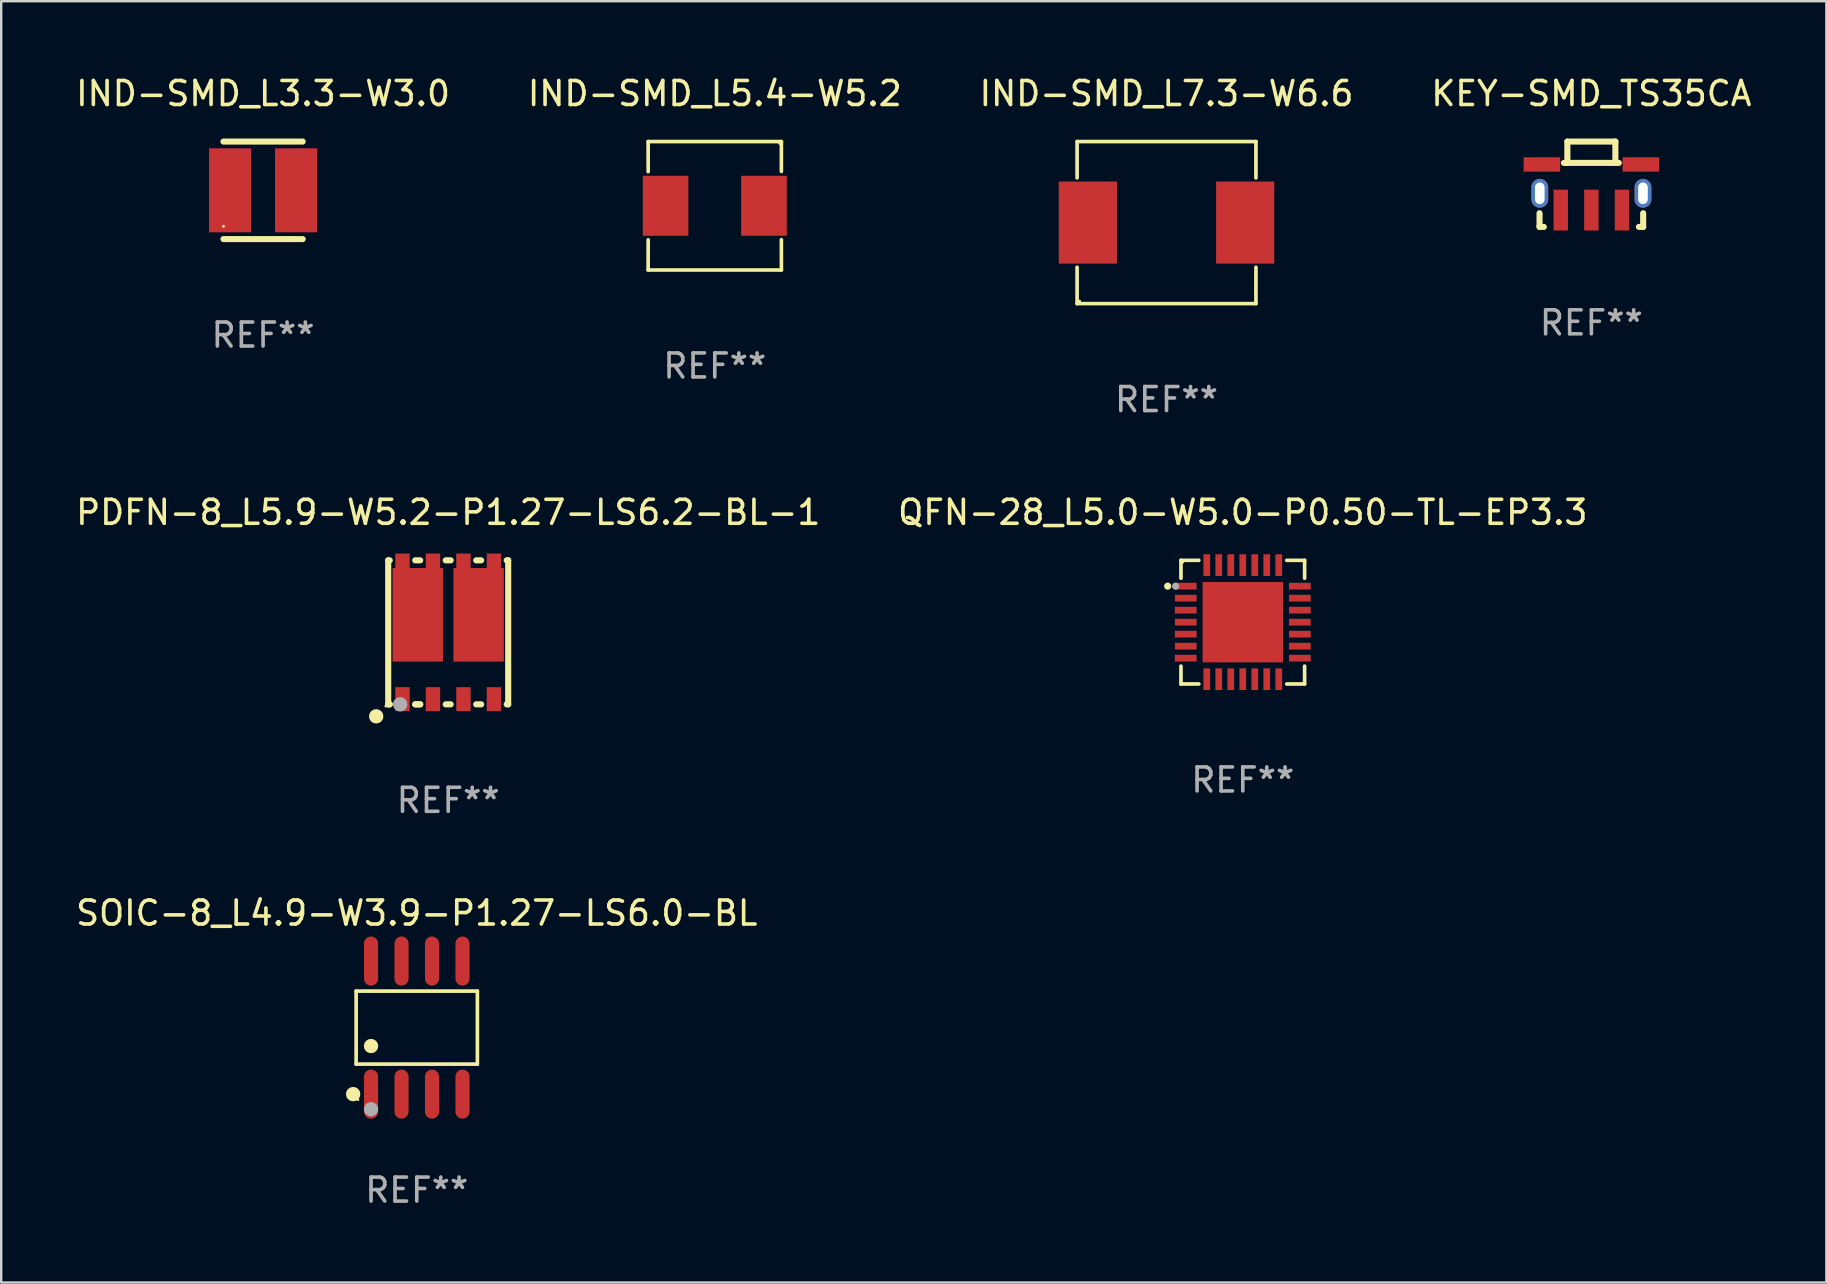
<source format=kicad_pcb>
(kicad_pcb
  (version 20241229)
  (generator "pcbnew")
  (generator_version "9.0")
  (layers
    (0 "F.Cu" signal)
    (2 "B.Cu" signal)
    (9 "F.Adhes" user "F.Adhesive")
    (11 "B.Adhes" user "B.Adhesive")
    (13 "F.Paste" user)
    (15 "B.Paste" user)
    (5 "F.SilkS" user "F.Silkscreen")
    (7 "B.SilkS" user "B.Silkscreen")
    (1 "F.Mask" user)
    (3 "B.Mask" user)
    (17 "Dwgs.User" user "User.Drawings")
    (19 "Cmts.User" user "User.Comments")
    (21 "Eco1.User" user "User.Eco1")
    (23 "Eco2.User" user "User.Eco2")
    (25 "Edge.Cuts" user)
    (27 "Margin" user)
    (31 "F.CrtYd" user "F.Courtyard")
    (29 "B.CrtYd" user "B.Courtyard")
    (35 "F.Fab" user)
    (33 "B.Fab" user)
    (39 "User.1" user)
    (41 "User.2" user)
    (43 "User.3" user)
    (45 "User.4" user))
  (footprint "SOIC-8_L4.9-W3.9-P1.27-LS6.0-BL"
    (layer "F.Cu")
    (at 14.315 39.766)
    (property "Reference" "SOIC-8_L4.9-W3.9-P1.27-LS6.0-BL" (at 0 -4.772 0) (layer "F.SilkS") (effects (font (size 1 1) (thickness 0.15))))
    (attr smd)
    (fp_line (start -2.526 -1.521) (end 2.526 -1.521) (stroke (width 0.152) (type solid)) (layer "F.SilkS"))
    (fp_line (start -2.526 1.521) (end -2.526 -1.521) (stroke (width 0.152) (type solid)) (layer "F.SilkS"))
    (fp_line (start 2.526 -1.521) (end 2.526 1.521) (stroke (width 0.152) (type solid)) (layer "F.SilkS"))
    (fp_line (start 2.526 1.521) (end -2.526 1.521) (stroke (width 0.152) (type solid)) (layer "F.SilkS"))
    (fp_circle (center -2.652 2.772) (end -2.501 2.772) (stroke (width 0.3) (type solid)) (fill no) (layer "F.SilkS"))
    (fp_circle (center -2.45 3) (end -2.42 3) (stroke (width 0.06) (type solid)) (fill no) (layer "F.SilkS"))
    (fp_circle (center -1.905 0.769) (end -1.755 0.769) (stroke (width 0.3) (type solid)) (fill no) (layer "F.SilkS"))
    (fp_circle (center -1.905 3.4) (end -1.755 3.4) (stroke (width 0.3) (type solid)) (fill no) (layer "F.Fab"))
    (fp_text user "REF**" (at 0 6.772 0) (layer "F.Fab") (effects (font (size 1 1) (thickness 0.15))))
    (pad "1" smd oval (at -1.905 2.772) (size 0.588 2.045) (layers "F.Cu" "F.Mask" "F.Paste"))
    (pad "2" smd oval (at -0.635 2.772) (size 0.588 2.045) (layers "F.Cu" "F.Mask" "F.Paste"))
    (pad "3" smd oval (at 0.635 2.772) (size 0.588 2.045) (layers "F.Cu" "F.Mask" "F.Paste"))
    (pad "4" smd oval (at 1.905 2.772) (size 0.588 2.045) (layers "F.Cu" "F.Mask" "F.Paste"))
    (pad "5" smd oval (at 1.905 -2.772) (size 0.588 2.045) (layers "F.Cu" "F.Mask" "F.Paste"))
    (pad "6" smd oval (at 0.635 -2.772) (size 0.588 2.045) (layers "F.Cu" "F.Mask" "F.Paste"))
    (pad "7" smd oval (at -0.635 -2.772) (size 0.588 2.045) (layers "F.Cu" "F.Mask" "F.Paste"))
    (pad "8" smd oval (at -1.905 -2.772) (size 0.588 2.045) (layers "F.Cu" "F.Mask" "F.Paste")))
  (footprint "PDFN-8_L5.9-W5.2-P1.27-LS6.2-BL-1"
    (layer "F.Cu")
    (at 15.625 23.297)
    (property "Reference" "PDFN-8_L5.9-W5.2-P1.27-LS6.2-BL-1" (at 0 -5 0) (layer "F.SilkS") (effects (font (size 1 1) (thickness 0.15))))
    (attr smd)
    (fp_line (start -2.5 -3) (end -2.436 -3) (stroke (width 0.254) (type solid)) (layer "F.SilkS"))
    (fp_line (start -2.5 3) (end -2.5 -3) (stroke (width 0.254) (type solid)) (layer "F.SilkS"))
    (fp_line (start -2.436 3) (end -2.5 3) (stroke (width 0.254) (type solid)) (layer "F.SilkS"))
    (fp_line (start -2.436 3) (end -2.5 3) (stroke (width 0.254) (type solid)) (layer "F.SilkS"))
    (fp_line (start -1.374 -3) (end -1.166 -3) (stroke (width 0.254) (type solid)) (layer "F.SilkS"))
    (fp_line (start -1.166 3) (end -1.374 3) (stroke (width 0.254) (type solid)) (layer "F.SilkS"))
    (fp_line (start -1.166 3) (end -1.374 3) (stroke (width 0.254) (type solid)) (layer "F.SilkS"))
    (fp_line (start -0.104 -3) (end 0.104 -3) (stroke (width 0.254) (type solid)) (layer "F.SilkS"))
    (fp_line (start 0.104 3) (end -0.104 3) (stroke (width 0.254) (type solid)) (layer "F.SilkS"))
    (fp_line (start 1.166 -3) (end 1.374 -3) (stroke (width 0.254) (type solid)) (layer "F.SilkS"))
    (fp_line (start 1.374 3) (end 1.166 3) (stroke (width 0.254) (type solid)) (layer "F.SilkS"))
    (fp_line (start 2.436 -3) (end 2.5 -3) (stroke (width 0.254) (type solid)) (layer "F.SilkS"))
    (fp_line (start 2.5 -3) (end 2.5 3) (stroke (width 0.254) (type solid)) (layer "F.SilkS"))
    (fp_line (start 2.5 3) (end 2.436 3) (stroke (width 0.254) (type solid)) (layer "F.SilkS"))
    (fp_circle (center -3 3.5) (end -2.85 3.5) (stroke (width 0.3) (type solid)) (fill no) (layer "F.SilkS"))
    (fp_circle (center -2.6 3.075) (end -2.57 3.075) (stroke (width 0.06) (type solid)) (fill no) (layer "F.SilkS"))
    (fp_circle (center -2 3) (end -1.849 3) (stroke (width 0.3) (type solid)) (fill no) (layer "F.Fab"))
    (fp_text user "REF**" (at 0 7 0) (layer "F.Fab") (effects (font (size 1 1) (thickness 0.15))))
    (pad "1" smd rect (at -1.905 2.784) (size 0.6 1) (layers "F.Cu" "F.Mask" "F.Paste"))
    (pad "2" smd rect (at -0.635 2.784) (size 0.6 1) (layers "F.Cu" "F.Mask" "F.Paste"))
    (pad "3" smd rect (at 0.635 2.784) (size 0.6 1) (layers "F.Cu" "F.Mask" "F.Paste"))
    (pad "4" smd rect (at 1.905 2.784) (size 0.6 1) (layers "F.Cu" "F.Mask" "F.Paste"))
    (pad "5" smd rect (at 1.905 -2.784) (size 0.6 1) (layers "F.Cu" "F.Mask" "F.Paste"))
    (pad "6" smd rect (at 0.635 -2.784) (size 0.6 1) (layers "F.Cu" "F.Mask" "F.Paste"))
    (pad "6" smd rect (at 1.268 -0.73) (size 2.1 3.9) (layers "F.Cu" "F.Mask" "F.Paste"))
    (pad "7" smd rect (at -0.635 -2.784) (size 0.6 1) (layers "F.Cu" "F.Mask" "F.Paste"))
    (pad "8" smd rect (at -1.905 -2.784) (size 0.6 1) (layers "F.Cu" "F.Mask" "F.Paste"))
    (pad "8" smd rect (at -1.268 -0.73) (size 2.1 3.9) (layers "F.Cu" "F.Mask" "F.Paste")))
  (footprint "IND-SMD_L7.3-W6.6"
    (layer "F.Cu")
    (at 45.554 6.224)
    (property "Reference" "IND-SMD_L7.3-W6.6" (at 0 -5.376 0) (layer "F.SilkS") (effects (font (size 1 1) (thickness 0.15))))
    (attr smd)
    (fp_line (start -3.726 -3.376) (end 3.726 -3.376) (stroke (width 0.152) (type solid)) (layer "F.SilkS"))
    (fp_line (start -3.726 -1.862) (end -3.726 -3.376) (stroke (width 0.152) (type solid)) (layer "F.SilkS"))
    (fp_line (start -3.726 1.862) (end -3.726 3.376) (stroke (width 0.152) (type solid)) (layer "F.SilkS"))
    (fp_line (start -3.726 3.376) (end 3.726 3.376) (stroke (width 0.152) (type solid)) (layer "F.SilkS"))
    (fp_line (start 3.726 -3.376) (end 3.726 -1.862) (stroke (width 0.152) (type solid)) (layer "F.SilkS"))
    (fp_line (start 3.726 3.376) (end 3.726 1.862) (stroke (width 0.152) (type solid)) (layer "F.SilkS"))
    (fp_circle (center -3.62 3.27) (end -3.59 3.27) (stroke (width 0.06) (type solid)) (fill no) (layer "F.SilkS"))
    (fp_text user "REF**" (at 0 7.376 0) (layer "F.Fab") (effects (font (size 1 1) (thickness 0.15))))
    (pad "1" smd rect (at 3.278 0) (size 2.424 3.42) (layers "F.Cu" "F.Mask" "F.Paste"))
    (pad "2" smd rect (at -3.278 0) (size 2.424 3.42) (layers "F.Cu" "F.Mask" "F.Paste")))
  (footprint "QFN-28_L5.0-W5.0-P0.50-TL-EP3.3"
    (layer "F.Cu")
    (at 48.732 22.873)
    (property "Reference" "QFN-28_L5.0-W5.0-P0.50-TL-EP3.3" (at 0 -4.576 0) (layer "F.SilkS") (effects (font (size 1 1) (thickness 0.15))))
    (attr smd)
    (fp_line (start -2.576 -2.576) (end -2.576 -1.831) (stroke (width 0.152) (type solid)) (layer "F.SilkS"))
    (fp_line (start -2.576 2.576) (end -2.576 1.831) (stroke (width 0.152) (type solid)) (layer "F.SilkS"))
    (fp_line (start -1.831 -2.576) (end -2.576 -2.576) (stroke (width 0.152) (type solid)) (layer "F.SilkS"))
    (fp_line (start -1.831 2.576) (end -2.576 2.576) (stroke (width 0.152) (type solid)) (layer "F.SilkS"))
    (fp_line (start 1.831 -2.576) (end 2.576 -2.576) (stroke (width 0.152) (type solid)) (layer "F.SilkS"))
    (fp_line (start 1.831 2.576) (end 2.576 2.576) (stroke (width 0.152) (type solid)) (layer "F.SilkS"))
    (fp_line (start 2.576 -2.576) (end 2.576 -1.831) (stroke (width 0.152) (type solid)) (layer "F.SilkS"))
    (fp_line (start 2.576 2.576) (end 2.576 1.831) (stroke (width 0.152) (type solid)) (layer "F.SilkS"))
    (fp_circle (center -3.13 -1.5) (end -3.055 -1.5) (stroke (width 0.15) (type solid)) (fill no) (layer "F.SilkS"))
    (fp_circle (center -2.5 -2.5) (end -2.47 -2.5) (stroke (width 0.06) (type solid)) (fill no) (layer "F.SilkS"))
    (fp_circle (center -2.8 -1.5) (end -2.725 -1.5) (stroke (width 0.15) (type solid)) (fill no) (layer "F.Fab"))
    (fp_text user "REF**" (at 0 6.576 0) (layer "F.Fab") (effects (font (size 1 1) (thickness 0.15))))
    (pad "1" smd rect (at -2.377 -1.5) (size 0.905 0.28) (layers "F.Cu" "F.Mask" "F.Paste"))
    (pad "2" smd rect (at -2.377 -1) (size 0.905 0.28) (layers "F.Cu" "F.Mask" "F.Paste"))
    (pad "3" smd rect (at -2.377 -0.5) (size 0.905 0.28) (layers "F.Cu" "F.Mask" "F.Paste"))
    (pad "4" smd rect (at -2.377 0) (size 0.905 0.28) (layers "F.Cu" "F.Mask" "F.Paste"))
    (pad "5" smd rect (at -2.377 0.5) (size 0.905 0.28) (layers "F.Cu" "F.Mask" "F.Paste"))
    (pad "6" smd rect (at -2.377 1) (size 0.905 0.28) (layers "F.Cu" "F.Mask" "F.Paste"))
    (pad "7" smd rect (at -2.377 1.5) (size 0.905 0.28) (layers "F.Cu" "F.Mask" "F.Paste"))
    (pad "8" smd rect (at -1.5 2.377) (size 0.28 0.905) (layers "F.Cu" "F.Mask" "F.Paste"))
    (pad "9" smd rect (at -1 2.377) (size 0.28 0.905) (layers "F.Cu" "F.Mask" "F.Paste"))
    (pad "10" smd rect (at -0.5 2.377) (size 0.28 0.905) (layers "F.Cu" "F.Mask" "F.Paste"))
    (pad "11" smd rect (at 0 2.377) (size 0.28 0.905) (layers "F.Cu" "F.Mask" "F.Paste"))
    (pad "12" smd rect (at 0.5 2.377) (size 0.28 0.905) (layers "F.Cu" "F.Mask" "F.Paste"))
    (pad "13" smd rect (at 1 2.377) (size 0.28 0.905) (layers "F.Cu" "F.Mask" "F.Paste"))
    (pad "14" smd rect (at 1.5 2.377) (size 0.28 0.905) (layers "F.Cu" "F.Mask" "F.Paste"))
    (pad "15" smd rect (at 2.377 1.5) (size 0.905 0.28) (layers "F.Cu" "F.Mask" "F.Paste"))
    (pad "16" smd rect (at 2.377 1) (size 0.905 0.28) (layers "F.Cu" "F.Mask" "F.Paste"))
    (pad "17" smd rect (at 2.377 0.5) (size 0.905 0.28) (layers "F.Cu" "F.Mask" "F.Paste"))
    (pad "18" smd rect (at 2.377 0) (size 0.905 0.28) (layers "F.Cu" "F.Mask" "F.Paste"))
    (pad "19" smd rect (at 2.377 -0.5) (size 0.905 0.28) (layers "F.Cu" "F.Mask" "F.Paste"))
    (pad "20" smd rect (at 2.377 -1) (size 0.905 0.28) (layers "F.Cu" "F.Mask" "F.Paste"))
    (pad "21" smd rect (at 2.377 -1.5) (size 0.905 0.28) (layers "F.Cu" "F.Mask" "F.Paste"))
    (pad "22" smd rect (at 1.5 -2.377) (size 0.28 0.905) (layers "F.Cu" "F.Mask" "F.Paste"))
    (pad "23" smd rect (at 1 -2.377) (size 0.28 0.905) (layers "F.Cu" "F.Mask" "F.Paste"))
    (pad "24" smd rect (at 0.5 -2.377) (size 0.28 0.905) (layers "F.Cu" "F.Mask" "F.Paste"))
    (pad "25" smd rect (at 0 -2.377) (size 0.28 0.905) (layers "F.Cu" "F.Mask" "F.Paste"))
    (pad "26" smd rect (at -0.5 -2.377) (size 0.28 0.905) (layers "F.Cu" "F.Mask" "F.Paste"))
    (pad "27" smd rect (at -1 -2.377) (size 0.28 0.905) (layers "F.Cu" "F.Mask" "F.Paste"))
    (pad "28" smd rect (at -1.5 -2.377) (size 0.28 0.905) (layers "F.Cu" "F.Mask" "F.Paste"))
    (pad "29" smd rect (at 0 0) (size 3.35 3.35) (layers "F.Cu" "F.Mask" "F.Paste")))
  (footprint "IND-SMD_L3.3-W3.0"
    (layer "F.Cu")
    (at 7.911 4.88)
    (property "Reference" "IND-SMD_L3.3-W3.0" (at 0 -4.032 0) (layer "F.SilkS") (effects (font (size 1 1) (thickness 0.15))))
    (attr smd)
    (fp_line (start -1.65 -2.032) (end 1.65 -2.032) (stroke (width 0.254) (type solid)) (layer "F.SilkS"))
    (fp_line (start -1.65 2.032) (end 1.65 2.032) (stroke (width 0.254) (type solid)) (layer "F.SilkS"))
    (fp_circle (center -1.65 1.5) (end -1.62 1.5) (stroke (width 0.06) (type solid)) (fill no) (layer "F.SilkS"))
    (fp_text user "REF**" (at 0 6.032 0) (layer "F.Fab") (effects (font (size 1 1) (thickness 0.15))))
    (pad "1" smd rect (at -1.375 0) (size 1.75 3.5) (layers "F.Cu" "F.Mask" "F.Paste"))
    (pad "2" smd rect (at 1.375 0) (size 1.75 3.5) (layers "F.Cu" "F.Mask" "F.Paste")))
  (footprint "IND-SMD_L5.4-W5.2"
    (layer "F.Cu")
    (at 26.732 5.524)
    (property "Reference" "IND-SMD_L5.4-W5.2" (at 0 -4.676 0) (layer "F.SilkS") (effects (font (size 1 1) (thickness 0.15))))
    (attr smd)
    (fp_line (start -2.776 -2.676) (end 2.776 -2.676) (stroke (width 0.152) (type solid)) (layer "F.SilkS"))
    (fp_line (start -2.776 2.676) (end 2.776 2.676) (stroke (width 0.152) (type solid)) (layer "F.SilkS"))
    (fp_line (start -2.775 -1.42) (end -2.776 -2.676) (stroke (width 0.152) (type solid)) (layer "F.SilkS"))
    (fp_line (start -2.775 1.42) (end -2.776 2.676) (stroke (width 0.152) (type solid)) (layer "F.SilkS"))
    (fp_line (start 2.776 -2.676) (end 2.775 -1.43) (stroke (width 0.152) (type solid)) (layer "F.SilkS"))
    (fp_line (start 2.776 2.676) (end 2.775 1.41) (stroke (width 0.152) (type solid)) (layer "F.SilkS"))
    (fp_circle (center 2.7 -2.6) (end 2.73 -2.6) (stroke (width 0.06) (type solid)) (fill no) (layer "F.SilkS"))
    (fp_text user "REF**" (at 0 6.676 0) (layer "F.Fab") (effects (font (size 1 1) (thickness 0.15))))
    (pad "1" smd rect (at 2.05 0) (size 1.9 2.5) (layers "F.Cu" "F.Mask" "F.Paste"))
    (pad "2" smd rect (at -2.05 0) (size 1.9 2.5) (layers "F.Cu" "F.Mask" "F.Paste")))
  (footprint "KEY-SMD_TS35CA"
    (layer "F.Cu")
    (at 63.256 4.753)
    (property "Reference" "KEY-SMD_TS35CA" (at 0 -3.905 0) (layer "F.SilkS") (effects (font (size 1 1) (thickness 0.15))))
    (attr through_hole)
    (fp_line (start -2.159 1.651) (end -2.159 1.081) (stroke (width 0.254) (type solid)) (layer "F.SilkS"))
    (fp_line (start -1.981 1.651) (end -2.159 1.651) (stroke (width 0.254) (type solid)) (layer "F.SilkS"))
    (fp_line (start -1 -1.905) (end -1 -1.016) (stroke (width 0.254) (type solid)) (layer "F.SilkS"))
    (fp_line (start 1 -1.905) (end -1 -1.905) (stroke (width 0.254) (type solid)) (layer "F.SilkS"))
    (fp_line (start 1 -1.905) (end 1 -1.016) (stroke (width 0.254) (type solid)) (layer "F.SilkS"))
    (fp_line (start 1.143 -1.016) (end -1.143 -1.016) (stroke (width 0.254) (type solid)) (layer "F.SilkS"))
    (fp_line (start 2.159 1.651) (end 1.981 1.651) (stroke (width 0.254) (type solid)) (layer "F.SilkS"))
    (fp_line (start 2.159 1.651) (end 2.159 1.081) (stroke (width 0.254) (type solid)) (layer "F.SilkS"))
    (fp_circle (center -2.225 1.6) (end -2.195 1.6) (stroke (width 0.06) (type solid)) (fill no) (layer "F.SilkS"))
    (fp_text user "REF**" (at 0 5.651 0) (layer "F.Fab") (effects (font (size 1 1) (thickness 0.15))))
    (pad "1" thru_hole oval (at -2.15 0.25) (size 0.7 1.2) (drill oval 0.4 0.9) (layers "*.Cu" "*.Mask"))
    (pad "1" smd rect (at -1.275 0.95) (size 0.6 1.7) (layers "F.Cu" "F.Mask" "F.Paste"))
    (pad "2" smd rect (at 0 0.95) (size 0.6 1.7) (layers "F.Cu" "F.Mask" "F.Paste"))
    (pad "3" smd rect (at 1.275 0.95) (size 0.6 1.7) (layers "F.Cu" "F.Mask" "F.Paste"))
    (pad "3" thru_hole oval (at 2.15 0.25) (size 0.7 1.2) (drill oval 0.4 0.9) (layers "*.Cu" "*.Mask"))
    (pad "4" smd rect (at -2.062 -0.95) (size 1.524 0.6) (layers "F.Cu" "F.Mask" "F.Paste"))
    (pad "4" smd rect (at 2.062 -0.95) (size 1.524 0.6) (layers "F.Cu" "F.Mask" "F.Paste")))
  (gr_rect
    (start -3 -3)
    (end 73.048 50.387)
    (stroke (width 0.1) (type default))
    (fill no)
    (layer "Edge.Cuts")))
</source>
